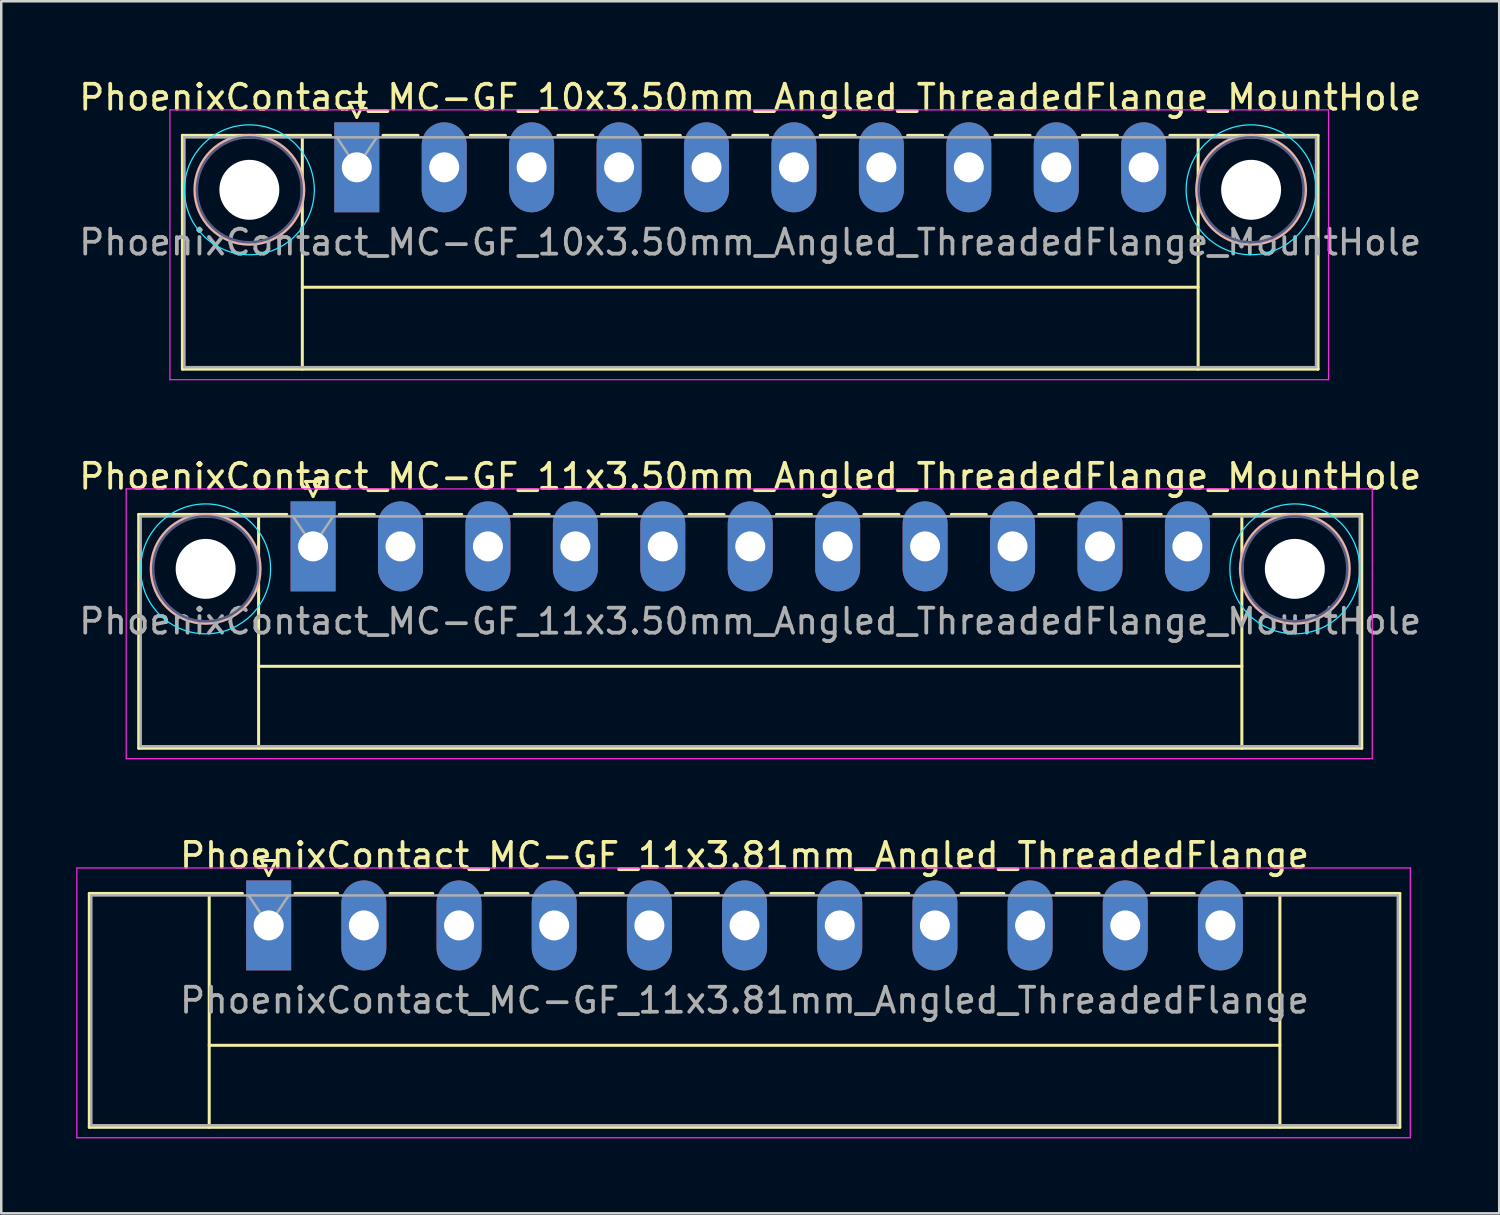
<source format=kicad_pcb>
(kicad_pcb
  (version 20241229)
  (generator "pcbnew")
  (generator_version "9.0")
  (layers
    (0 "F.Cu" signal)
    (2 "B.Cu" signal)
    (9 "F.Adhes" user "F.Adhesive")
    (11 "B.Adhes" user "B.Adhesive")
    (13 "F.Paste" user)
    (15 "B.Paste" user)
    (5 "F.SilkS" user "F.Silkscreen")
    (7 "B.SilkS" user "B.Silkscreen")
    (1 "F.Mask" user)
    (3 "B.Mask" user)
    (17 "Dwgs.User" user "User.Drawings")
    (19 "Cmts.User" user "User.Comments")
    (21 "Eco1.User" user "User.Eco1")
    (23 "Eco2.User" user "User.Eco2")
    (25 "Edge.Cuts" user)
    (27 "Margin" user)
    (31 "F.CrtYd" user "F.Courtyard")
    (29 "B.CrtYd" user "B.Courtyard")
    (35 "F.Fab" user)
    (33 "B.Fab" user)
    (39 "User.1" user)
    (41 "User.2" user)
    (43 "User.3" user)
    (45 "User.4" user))
  (footprint "PhoenixContact_MC-GF_10x3.50mm_Angled_ThreadedFlange_MountHole"
    (layer "F.Cu")
    (at 11.232 3.648)
    (property "Reference" "PhoenixContact_MC-GF_10x3.50mm_Angled_ThreadedFlange_MountHole" (at 15.75 -2.8 0) (layer "F.SilkS") (effects (font (size 1 1) (thickness 0.15))))
    (attr through_hole)
    (fp_line (start -6.98 -1.28) (end -6.98 8.08) (stroke (width 0.12) (type solid)) (layer "F.SilkS"))
    (fp_line (start -6.98 -1.28) (end -1.05 -1.28) (stroke (width 0.12) (type solid)) (layer "F.SilkS"))
    (fp_line (start -6.98 8.08) (end 38.48 8.08) (stroke (width 0.12) (type solid)) (layer "F.SilkS"))
    (fp_line (start -2.18 -1.28) (end -2.18 8.08) (stroke (width 0.12) (type solid)) (layer "F.SilkS"))
    (fp_line (start -2.18 4.8) (end 33.68 4.8) (stroke (width 0.12) (type solid)) (layer "F.SilkS"))
    (fp_line (start -0.3 -2.6) (end 0.3 -2.6) (stroke (width 0.12) (type solid)) (layer "F.SilkS"))
    (fp_line (start 0 -2) (end -0.3 -2.6) (stroke (width 0.12) (type solid)) (layer "F.SilkS"))
    (fp_line (start 0.3 -2.6) (end 0 -2) (stroke (width 0.12) (type solid)) (layer "F.SilkS"))
    (fp_line (start 1.05 -1.28) (end 2.45 -1.28) (stroke (width 0.12) (type solid)) (layer "F.SilkS"))
    (fp_line (start 4.55 -1.28) (end 5.95 -1.28) (stroke (width 0.12) (type solid)) (layer "F.SilkS"))
    (fp_line (start 8.05 -1.28) (end 9.45 -1.28) (stroke (width 0.12) (type solid)) (layer "F.SilkS"))
    (fp_line (start 11.55 -1.28) (end 12.95 -1.28) (stroke (width 0.12) (type solid)) (layer "F.SilkS"))
    (fp_line (start 15.05 -1.28) (end 16.45 -1.28) (stroke (width 0.12) (type solid)) (layer "F.SilkS"))
    (fp_line (start 18.55 -1.28) (end 19.95 -1.28) (stroke (width 0.12) (type solid)) (layer "F.SilkS"))
    (fp_line (start 22.05 -1.28) (end 23.45 -1.28) (stroke (width 0.12) (type solid)) (layer "F.SilkS"))
    (fp_line (start 25.55 -1.28) (end 26.95 -1.28) (stroke (width 0.12) (type solid)) (layer "F.SilkS"))
    (fp_line (start 29.05 -1.28) (end 30.45 -1.28) (stroke (width 0.12) (type solid)) (layer "F.SilkS"))
    (fp_line (start 33.68 -1.28) (end 33.68 8.08) (stroke (width 0.12) (type solid)) (layer "F.SilkS"))
    (fp_line (start 38.48 -1.28) (end 32.55 -1.28) (stroke (width 0.12) (type solid)) (layer "F.SilkS"))
    (fp_line (start 38.48 8.08) (end 38.48 -1.28) (stroke (width 0.12) (type solid)) (layer "F.SilkS"))
    (fp_circle (center -4.3 0.9) (end -2.12 0.9) (stroke (width 0.12) (type solid)) (fill no) (layer "B.SilkS"))
    (fp_circle (center 35.8 0.9) (end 37.98 0.9) (stroke (width 0.12) (type solid)) (fill no) (layer "B.SilkS"))
    (fp_circle (center -4.3 0.9) (end -1.7 0.9) (stroke (width 0.05) (type solid)) (fill no) (layer "B.CrtYd"))
    (fp_circle (center 35.8 0.9) (end 38.4 0.9) (stroke (width 0.05) (type solid)) (fill no) (layer "B.CrtYd"))
    (fp_line (start -7.48 -2.3) (end -7.48 8.5) (stroke (width 0.05) (type solid)) (layer "F.CrtYd"))
    (fp_line (start -7.48 8.5) (end 38.9 8.5) (stroke (width 0.05) (type solid)) (layer "F.CrtYd"))
    (fp_line (start 38.9 -2.3) (end -7.48 -2.3) (stroke (width 0.05) (type solid)) (layer "F.CrtYd"))
    (fp_line (start 38.9 8.5) (end 38.9 -2.3) (stroke (width 0.05) (type solid)) (layer "F.CrtYd"))
    (fp_circle (center -4.3 0.9) (end -2.2 0.9) (stroke (width 0.1) (type solid)) (fill no) (layer "B.Fab"))
    (fp_circle (center 35.8 0.9) (end 37.9 0.9) (stroke (width 0.1) (type solid)) (fill no) (layer "B.Fab"))
    (fp_line (start -6.9 -1.2) (end -6.9 8) (stroke (width 0.1) (type solid)) (layer "F.Fab"))
    (fp_line (start -6.9 8) (end 38.4 8) (stroke (width 0.1) (type solid)) (layer "F.Fab"))
    (fp_line (start 0 0) (end -0.8 -1.2) (stroke (width 0.1) (type solid)) (layer "F.Fab"))
    (fp_line (start 0.8 -1.2) (end 0 0) (stroke (width 0.1) (type solid)) (layer "F.Fab"))
    (fp_line (start 38.4 -1.2) (end -6.9 -1.2) (stroke (width 0.1) (type solid)) (layer "F.Fab"))
    (fp_line (start 38.4 8) (end 38.4 -1.2) (stroke (width 0.1) (type solid)) (layer "F.Fab"))
    (fp_text user "${REFERENCE}" (at 15.75 3 0) (layer "F.Fab") (effects (font (size 1 1) (thickness 0.15))))
    (pad "" np_thru_hole circle (at -4.3 0.9) (size 2.4 2.4) (drill 2.4) (layers "*.Cu" "*.Mask"))
    (pad "" np_thru_hole circle (at 35.8 0.9) (size 2.4 2.4) (drill 2.4) (layers "*.Cu" "*.Mask"))
    (pad "1" thru_hole rect (at 0 0) (size 1.8 3.6) (drill 1.2) (layers "*.Cu" "*.Mask"))
    (pad "2" thru_hole oval (at 3.5 0) (size 1.8 3.6) (drill 1.2) (layers "*.Cu" "*.Mask"))
    (pad "3" thru_hole oval (at 7 0) (size 1.8 3.6) (drill 1.2) (layers "*.Cu" "*.Mask"))
    (pad "4" thru_hole oval (at 10.5 0) (size 1.8 3.6) (drill 1.2) (layers "*.Cu" "*.Mask"))
    (pad "5" thru_hole oval (at 14 0) (size 1.8 3.6) (drill 1.2) (layers "*.Cu" "*.Mask"))
    (pad "6" thru_hole oval (at 17.5 0) (size 1.8 3.6) (drill 1.2) (layers "*.Cu" "*.Mask"))
    (pad "7" thru_hole oval (at 21 0) (size 1.8 3.6) (drill 1.2) (layers "*.Cu" "*.Mask"))
    (pad "8" thru_hole oval (at 24.5 0) (size 1.8 3.6) (drill 1.2) (layers "*.Cu" "*.Mask"))
    (pad "9" thru_hole oval (at 28 0) (size 1.8 3.6) (drill 1.2) (layers "*.Cu" "*.Mask"))
    (pad "10" thru_hole oval (at 31.5 0) (size 1.8 3.6) (drill 1.2) (layers "*.Cu" "*.Mask")))
  (footprint "PhoenixContact_MC-GF_11x3.50mm_Angled_ThreadedFlange_MountHole"
    (layer "F.Cu")
    (at 9.482 18.822)
    (property "Reference" "PhoenixContact_MC-GF_11x3.50mm_Angled_ThreadedFlange_MountHole" (at 17.5 -2.8 0) (layer "F.SilkS") (effects (font (size 1 1) (thickness 0.15))))
    (attr through_hole)
    (fp_line (start -6.98 -1.28) (end -6.98 8.08) (stroke (width 0.12) (type solid)) (layer "F.SilkS"))
    (fp_line (start -6.98 -1.28) (end -1.05 -1.28) (stroke (width 0.12) (type solid)) (layer "F.SilkS"))
    (fp_line (start -6.98 8.08) (end 41.98 8.08) (stroke (width 0.12) (type solid)) (layer "F.SilkS"))
    (fp_line (start -2.18 -1.28) (end -2.18 8.08) (stroke (width 0.12) (type solid)) (layer "F.SilkS"))
    (fp_line (start -2.18 4.8) (end 37.18 4.8) (stroke (width 0.12) (type solid)) (layer "F.SilkS"))
    (fp_line (start -0.3 -2.6) (end 0.3 -2.6) (stroke (width 0.12) (type solid)) (layer "F.SilkS"))
    (fp_line (start 0 -2) (end -0.3 -2.6) (stroke (width 0.12) (type solid)) (layer "F.SilkS"))
    (fp_line (start 0.3 -2.6) (end 0 -2) (stroke (width 0.12) (type solid)) (layer "F.SilkS"))
    (fp_line (start 1.05 -1.28) (end 2.45 -1.28) (stroke (width 0.12) (type solid)) (layer "F.SilkS"))
    (fp_line (start 4.55 -1.28) (end 5.95 -1.28) (stroke (width 0.12) (type solid)) (layer "F.SilkS"))
    (fp_line (start 8.05 -1.28) (end 9.45 -1.28) (stroke (width 0.12) (type solid)) (layer "F.SilkS"))
    (fp_line (start 11.55 -1.28) (end 12.95 -1.28) (stroke (width 0.12) (type solid)) (layer "F.SilkS"))
    (fp_line (start 15.05 -1.28) (end 16.45 -1.28) (stroke (width 0.12) (type solid)) (layer "F.SilkS"))
    (fp_line (start 18.55 -1.28) (end 19.95 -1.28) (stroke (width 0.12) (type solid)) (layer "F.SilkS"))
    (fp_line (start 22.05 -1.28) (end 23.45 -1.28) (stroke (width 0.12) (type solid)) (layer "F.SilkS"))
    (fp_line (start 25.55 -1.28) (end 26.95 -1.28) (stroke (width 0.12) (type solid)) (layer "F.SilkS"))
    (fp_line (start 29.05 -1.28) (end 30.45 -1.28) (stroke (width 0.12) (type solid)) (layer "F.SilkS"))
    (fp_line (start 32.55 -1.28) (end 33.95 -1.28) (stroke (width 0.12) (type solid)) (layer "F.SilkS"))
    (fp_line (start 37.18 -1.28) (end 37.18 8.08) (stroke (width 0.12) (type solid)) (layer "F.SilkS"))
    (fp_line (start 41.98 -1.28) (end 36.05 -1.28) (stroke (width 0.12) (type solid)) (layer "F.SilkS"))
    (fp_line (start 41.98 8.08) (end 41.98 -1.28) (stroke (width 0.12) (type solid)) (layer "F.SilkS"))
    (fp_circle (center -4.3 0.9) (end -2.12 0.9) (stroke (width 0.12) (type solid)) (fill no) (layer "B.SilkS"))
    (fp_circle (center 39.3 0.9) (end 41.48 0.9) (stroke (width 0.12) (type solid)) (fill no) (layer "B.SilkS"))
    (fp_circle (center -4.3 0.9) (end -1.7 0.9) (stroke (width 0.05) (type solid)) (fill no) (layer "B.CrtYd"))
    (fp_circle (center 39.3 0.9) (end 41.9 0.9) (stroke (width 0.05) (type solid)) (fill no) (layer "B.CrtYd"))
    (fp_line (start -7.48 -2.3) (end -7.48 8.5) (stroke (width 0.05) (type solid)) (layer "F.CrtYd"))
    (fp_line (start -7.48 8.5) (end 42.4 8.5) (stroke (width 0.05) (type solid)) (layer "F.CrtYd"))
    (fp_line (start 42.4 -2.3) (end -7.48 -2.3) (stroke (width 0.05) (type solid)) (layer "F.CrtYd"))
    (fp_line (start 42.4 8.5) (end 42.4 -2.3) (stroke (width 0.05) (type solid)) (layer "F.CrtYd"))
    (fp_circle (center -4.3 0.9) (end -2.2 0.9) (stroke (width 0.1) (type solid)) (fill no) (layer "B.Fab"))
    (fp_circle (center 39.3 0.9) (end 41.4 0.9) (stroke (width 0.1) (type solid)) (fill no) (layer "B.Fab"))
    (fp_line (start -6.9 -1.2) (end -6.9 8) (stroke (width 0.1) (type solid)) (layer "F.Fab"))
    (fp_line (start -6.9 8) (end 41.9 8) (stroke (width 0.1) (type solid)) (layer "F.Fab"))
    (fp_line (start 0 0) (end -0.8 -1.2) (stroke (width 0.1) (type solid)) (layer "F.Fab"))
    (fp_line (start 0.8 -1.2) (end 0 0) (stroke (width 0.1) (type solid)) (layer "F.Fab"))
    (fp_line (start 41.9 -1.2) (end -6.9 -1.2) (stroke (width 0.1) (type solid)) (layer "F.Fab"))
    (fp_line (start 41.9 8) (end 41.9 -1.2) (stroke (width 0.1) (type solid)) (layer "F.Fab"))
    (fp_text user "${REFERENCE}" (at 17.5 3 0) (layer "F.Fab") (effects (font (size 1 1) (thickness 0.15))))
    (pad "" np_thru_hole circle (at -4.3 0.9) (size 2.4 2.4) (drill 2.4) (layers "*.Cu" "*.Mask"))
    (pad "" np_thru_hole circle (at 39.3 0.9) (size 2.4 2.4) (drill 2.4) (layers "*.Cu" "*.Mask"))
    (pad "1" thru_hole rect (at 0 0) (size 1.8 3.6) (drill 1.2) (layers "*.Cu" "*.Mask"))
    (pad "2" thru_hole oval (at 3.5 0) (size 1.8 3.6) (drill 1.2) (layers "*.Cu" "*.Mask"))
    (pad "3" thru_hole oval (at 7 0) (size 1.8 3.6) (drill 1.2) (layers "*.Cu" "*.Mask"))
    (pad "4" thru_hole oval (at 10.5 0) (size 1.8 3.6) (drill 1.2) (layers "*.Cu" "*.Mask"))
    (pad "5" thru_hole oval (at 14 0) (size 1.8 3.6) (drill 1.2) (layers "*.Cu" "*.Mask"))
    (pad "6" thru_hole oval (at 17.5 0) (size 1.8 3.6) (drill 1.2) (layers "*.Cu" "*.Mask"))
    (pad "7" thru_hole oval (at 21 0) (size 1.8 3.6) (drill 1.2) (layers "*.Cu" "*.Mask"))
    (pad "8" thru_hole oval (at 24.5 0) (size 1.8 3.6) (drill 1.2) (layers "*.Cu" "*.Mask"))
    (pad "9" thru_hole oval (at 28 0) (size 1.8 3.6) (drill 1.2) (layers "*.Cu" "*.Mask"))
    (pad "10" thru_hole oval (at 31.5 0) (size 1.8 3.6) (drill 1.2) (layers "*.Cu" "*.Mask"))
    (pad "11" thru_hole oval (at 35 0) (size 1.8 3.6) (drill 1.2) (layers "*.Cu" "*.Mask")))
  (footprint "PhoenixContact_MC-GF_11x3.81mm_Angled_ThreadedFlange"
    (layer "F.Cu")
    (at 7.705 33.995)
    (property "Reference" "PhoenixContact_MC-GF_11x3.81mm_Angled_ThreadedFlange" (at 19.05 -2.8 0) (layer "F.SilkS") (effects (font (size 1 1) (thickness 0.15))))
    (attr through_hole)
    (fp_line (start -7.18 -1.28) (end -7.18 8.08) (stroke (width 0.12) (type solid)) (layer "F.SilkS"))
    (fp_line (start -7.18 -1.28) (end -1.05 -1.28) (stroke (width 0.12) (type solid)) (layer "F.SilkS"))
    (fp_line (start -7.18 8.08) (end 45.28 8.08) (stroke (width 0.12) (type solid)) (layer "F.SilkS"))
    (fp_line (start -2.38 -1.28) (end -2.38 8.08) (stroke (width 0.12) (type solid)) (layer "F.SilkS"))
    (fp_line (start -2.38 4.8) (end 40.48 4.8) (stroke (width 0.12) (type solid)) (layer "F.SilkS"))
    (fp_line (start -0.3 -2.6) (end 0.3 -2.6) (stroke (width 0.12) (type solid)) (layer "F.SilkS"))
    (fp_line (start 0 -2) (end -0.3 -2.6) (stroke (width 0.12) (type solid)) (layer "F.SilkS"))
    (fp_line (start 0.3 -2.6) (end 0 -2) (stroke (width 0.12) (type solid)) (layer "F.SilkS"))
    (fp_line (start 1.05 -1.28) (end 2.76 -1.28) (stroke (width 0.12) (type solid)) (layer "F.SilkS"))
    (fp_line (start 4.86 -1.28) (end 6.57 -1.28) (stroke (width 0.12) (type solid)) (layer "F.SilkS"))
    (fp_line (start 8.67 -1.28) (end 10.38 -1.28) (stroke (width 0.12) (type solid)) (layer "F.SilkS"))
    (fp_line (start 12.48 -1.28) (end 14.19 -1.28) (stroke (width 0.12) (type solid)) (layer "F.SilkS"))
    (fp_line (start 16.29 -1.28) (end 18 -1.28) (stroke (width 0.12) (type solid)) (layer "F.SilkS"))
    (fp_line (start 20.1 -1.28) (end 21.81 -1.28) (stroke (width 0.12) (type solid)) (layer "F.SilkS"))
    (fp_line (start 23.91 -1.28) (end 25.62 -1.28) (stroke (width 0.12) (type solid)) (layer "F.SilkS"))
    (fp_line (start 27.72 -1.28) (end 29.43 -1.28) (stroke (width 0.12) (type solid)) (layer "F.SilkS"))
    (fp_line (start 31.53 -1.28) (end 33.24 -1.28) (stroke (width 0.12) (type solid)) (layer "F.SilkS"))
    (fp_line (start 35.34 -1.28) (end 37.05 -1.28) (stroke (width 0.12) (type solid)) (layer "F.SilkS"))
    (fp_line (start 40.48 -1.28) (end 40.48 8.08) (stroke (width 0.12) (type solid)) (layer "F.SilkS"))
    (fp_line (start 45.28 -1.28) (end 39.15 -1.28) (stroke (width 0.12) (type solid)) (layer "F.SilkS"))
    (fp_line (start 45.28 8.08) (end 45.28 -1.28) (stroke (width 0.12) (type solid)) (layer "F.SilkS"))
    (fp_line (start -7.68 -2.3) (end -7.68 8.5) (stroke (width 0.05) (type solid)) (layer "F.CrtYd"))
    (fp_line (start -7.68 8.5) (end 45.7 8.5) (stroke (width 0.05) (type solid)) (layer "F.CrtYd"))
    (fp_line (start 45.7 -2.3) (end -7.68 -2.3) (stroke (width 0.05) (type solid)) (layer "F.CrtYd"))
    (fp_line (start 45.7 8.5) (end 45.7 -2.3) (stroke (width 0.05) (type solid)) (layer "F.CrtYd"))
    (fp_line (start -7.1 -1.2) (end -7.1 8) (stroke (width 0.1) (type solid)) (layer "F.Fab"))
    (fp_line (start -7.1 8) (end 45.2 8) (stroke (width 0.1) (type solid)) (layer "F.Fab"))
    (fp_line (start 0 0) (end -0.8 -1.2) (stroke (width 0.1) (type solid)) (layer "F.Fab"))
    (fp_line (start 0.8 -1.2) (end 0 0) (stroke (width 0.1) (type solid)) (layer "F.Fab"))
    (fp_line (start 45.2 -1.2) (end -7.1 -1.2) (stroke (width 0.1) (type solid)) (layer "F.Fab"))
    (fp_line (start 45.2 8) (end 45.2 -1.2) (stroke (width 0.1) (type solid)) (layer "F.Fab"))
    (fp_text user "${REFERENCE}" (at 19.05 3 0) (layer "F.Fab") (effects (font (size 1 1) (thickness 0.15))))
    (pad "1" thru_hole rect (at 0 0) (size 1.8 3.6) (drill 1.2) (layers "*.Cu" "*.Mask"))
    (pad "2" thru_hole oval (at 3.81 0) (size 1.8 3.6) (drill 1.2) (layers "*.Cu" "*.Mask"))
    (pad "3" thru_hole oval (at 7.62 0) (size 1.8 3.6) (drill 1.2) (layers "*.Cu" "*.Mask"))
    (pad "4" thru_hole oval (at 11.43 0) (size 1.8 3.6) (drill 1.2) (layers "*.Cu" "*.Mask"))
    (pad "5" thru_hole oval (at 15.24 0) (size 1.8 3.6) (drill 1.2) (layers "*.Cu" "*.Mask"))
    (pad "6" thru_hole oval (at 19.05 0) (size 1.8 3.6) (drill 1.2) (layers "*.Cu" "*.Mask"))
    (pad "7" thru_hole oval (at 22.86 0) (size 1.8 3.6) (drill 1.2) (layers "*.Cu" "*.Mask"))
    (pad "8" thru_hole oval (at 26.67 0) (size 1.8 3.6) (drill 1.2) (layers "*.Cu" "*.Mask"))
    (pad "9" thru_hole oval (at 30.48 0) (size 1.8 3.6) (drill 1.2) (layers "*.Cu" "*.Mask"))
    (pad "10" thru_hole oval (at 34.29 0) (size 1.8 3.6) (drill 1.2) (layers "*.Cu" "*.Mask"))
    (pad "11" thru_hole oval (at 38.1 0) (size 1.8 3.6) (drill 1.2) (layers "*.Cu" "*.Mask")))
  (gr_rect
    (start -3 -3)
    (end 56.964 45.52)
    (stroke (width 0.1) (type default))
    (fill no)
    (layer "Edge.Cuts")))
</source>
